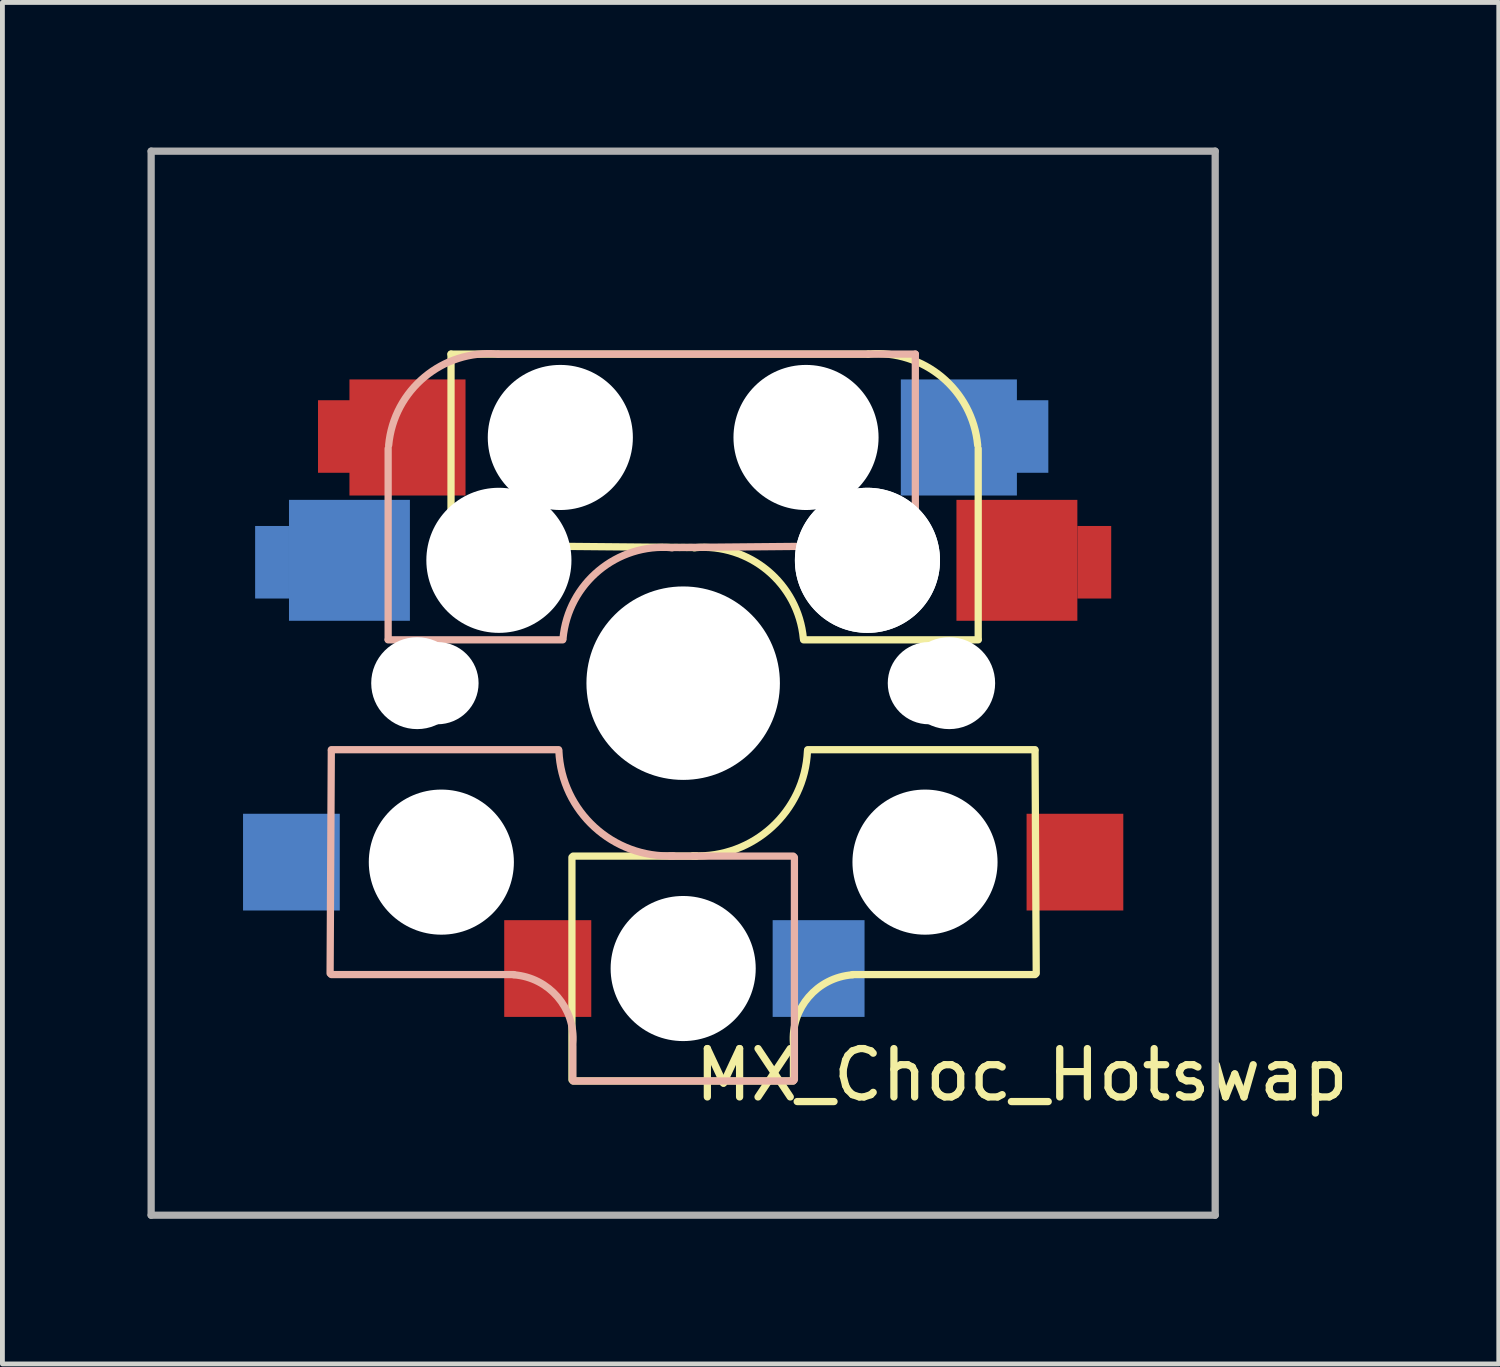
<source format=kicad_pcb>
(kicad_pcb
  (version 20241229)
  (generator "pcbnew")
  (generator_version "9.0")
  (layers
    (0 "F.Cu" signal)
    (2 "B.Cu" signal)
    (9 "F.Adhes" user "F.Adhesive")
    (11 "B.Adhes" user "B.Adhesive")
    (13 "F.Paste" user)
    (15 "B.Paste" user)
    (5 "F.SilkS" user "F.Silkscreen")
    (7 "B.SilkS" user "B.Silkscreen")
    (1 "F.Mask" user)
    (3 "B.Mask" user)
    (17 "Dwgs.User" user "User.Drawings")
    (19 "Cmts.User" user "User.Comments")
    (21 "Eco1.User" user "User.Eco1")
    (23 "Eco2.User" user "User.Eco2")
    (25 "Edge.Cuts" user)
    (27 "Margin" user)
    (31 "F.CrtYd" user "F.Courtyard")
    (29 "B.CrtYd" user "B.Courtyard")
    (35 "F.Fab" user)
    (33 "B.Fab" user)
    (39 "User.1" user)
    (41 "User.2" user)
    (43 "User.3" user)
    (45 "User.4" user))
  (footprint "MX_Choc_Hotswap"
    (layer "F.Cu")
    (at 11.075 11.075)
    (property "Reference" "MX_Choc_Hotswap" (at 7 8.1 0) (layer "F.SilkS") (effects (font (size 1 1) (thickness 0.15))))
    (attr through_hole)
    (fp_line (start -4.8 -6.804) (end 3.825 -6.804) (stroke (width 0.15) (type solid)) (layer "F.SilkS"))
    (fp_line (start -4.8 -2.896) (end -4.8 -6.804) (stroke (width 0.15) (type solid)) (layer "F.SilkS"))
    (fp_line (start -4.8 -2.85) (end 0.25 -2.804) (stroke (width 0.15) (type solid)) (layer "F.SilkS"))
    (fp_line (start -2.3 3.6) (end -2.3 8.2) (stroke (width 0.15) (type solid)) (layer "F.SilkS"))
    (fp_line (start -2.275 3.575) (end 0.275 3.575) (stroke (width 0.15) (type solid)) (layer "F.SilkS"))
    (fp_line (start -2.275 8.225) (end 2.275 8.225) (stroke (width 0.15) (type solid)) (layer "F.SilkS"))
    (fp_line (start 2.28 7.5) (end 2.28 8.2) (stroke (width 0.15) (type solid)) (layer "F.SilkS"))
    (fp_line (start 2.575 1.375) (end 7.275 1.375) (stroke (width 0.15) (type solid)) (layer "F.SilkS"))
    (fp_line (start 3.5 6.025) (end 7.275 6.025) (stroke (width 0.15) (type solid)) (layer "F.SilkS"))
    (fp_line (start 6.1 -4.85) (end 6.1 -0.905) (stroke (width 0.15) (type solid)) (layer "F.SilkS"))
    (fp_line (start 6.1 -0.896) (end 2.49 -0.896) (stroke (width 0.15) (type solid)) (layer "F.SilkS"))
    (fp_line (start 7.275 1.4) (end 7.3 6) (stroke (width 0.15) (type solid)) (layer "F.SilkS"))
    (fp_arc (start 0.225 -2.8) (mid 1.744361 -2.328062) (end 2.485001 -0.920001) (stroke (width 0.15) (type solid)) (layer "F.SilkS"))
    (fp_arc (start 2.279999 7.449999) (mid 2.595908 6.487329) (end 3.5 6.03) (stroke (width 0.15) (type solid)) (layer "F.SilkS"))
    (fp_arc (start 2.57 1.4) (mid 1.834422 2.975843) (end 0.2 3.57) (stroke (width 0.15) (type solid)) (layer "F.SilkS"))
    (fp_arc (start 3.825 -6.804) (mid 5.347189 -6.33089) (end 6.089 -4.92) (stroke (width 0.15) (type solid)) (layer "F.SilkS"))
    (fp_line (start -7.275 1.4) (end -7.3 6) (stroke (width 0.15) (type solid)) (layer "B.SilkS"))
    (fp_line (start -6.1 -4.85) (end -6.1 -0.905) (stroke (width 0.15) (type solid)) (layer "B.SilkS"))
    (fp_line (start -6.1 -0.896) (end -2.49 -0.896) (stroke (width 0.15) (type solid)) (layer "B.SilkS"))
    (fp_line (start -3.5 6.025) (end -7.275 6.025) (stroke (width 0.15) (type solid)) (layer "B.SilkS"))
    (fp_line (start -2.575 1.375) (end -7.275 1.375) (stroke (width 0.15) (type solid)) (layer "B.SilkS"))
    (fp_line (start -2.28 7.5) (end -2.28 8.2) (stroke (width 0.15) (type solid)) (layer "B.SilkS"))
    (fp_line (start 2.275 3.575) (end -0.275 3.575) (stroke (width 0.15) (type solid)) (layer "B.SilkS"))
    (fp_line (start 2.275 8.225) (end -2.275 8.225) (stroke (width 0.15) (type solid)) (layer "B.SilkS"))
    (fp_line (start 2.3 3.6) (end 2.3 8.2) (stroke (width 0.15) (type solid)) (layer "B.SilkS"))
    (fp_line (start 4.8 -6.804) (end -3.825 -6.804) (stroke (width 0.15) (type solid)) (layer "B.SilkS"))
    (fp_line (start 4.8 -2.896) (end 4.8 -6.804) (stroke (width 0.15) (type solid)) (layer "B.SilkS"))
    (fp_line (start 4.8 -2.85) (end -0.25 -2.804) (stroke (width 0.15) (type solid)) (layer "B.SilkS"))
    (fp_arc (start -6.089 -4.92) (mid -5.347189 -6.33089) (end -3.825 -6.804) (stroke (width 0.15) (type solid)) (layer "B.SilkS"))
    (fp_arc (start -3.5 6.03) (mid -2.595908 6.48733) (end -2.28 7.45) (stroke (width 0.15) (type solid)) (layer "B.SilkS"))
    (fp_arc (start -2.484999 -0.920001) (mid -1.74436 -2.328062) (end -0.225 -2.8) (stroke (width 0.15) (type solid)) (layer "B.SilkS"))
    (fp_arc (start -0.2 3.57) (mid -1.834422 2.975843) (end -2.57 1.4) (stroke (width 0.15) (type solid)) (layer "B.SilkS"))
    (fp_line (start -9 -9) (end 9 -9) (stroke (width 0.15) (type solid)) (layer "Eco2.User"))
    (fp_line (start -9 9) (end -9 -9) (stroke (width 0.15) (type solid)) (layer "Eco2.User"))
    (fp_line (start -7 -7) (end 7 -7) (stroke (width 0.15) (type solid)) (layer "Eco2.User"))
    (fp_line (start -7 7) (end -7 -7) (stroke (width 0.15) (type solid)) (layer "Eco2.User"))
    (fp_line (start 7 -7) (end 7 7) (stroke (width 0.15) (type solid)) (layer "Eco2.User"))
    (fp_line (start 7 7) (end -7 7) (stroke (width 0.15) (type solid)) (layer "Eco2.User"))
    (fp_line (start 9 -9) (end 9 9) (stroke (width 0.15) (type solid)) (layer "Eco2.User"))
    (fp_line (start 9 9) (end -9 9) (stroke (width 0.15) (type solid)) (layer "Eco2.User"))
    (fp_line (start -11 -11) (end -11 11) (stroke (width 0.15) (type solid)) (layer "F.Fab"))
    (fp_line (start -11 11) (end 11 11) (stroke (width 0.15) (type solid)) (layer "F.Fab"))
    (fp_line (start 11 -11) (end -11 -11) (stroke (width 0.15) (type solid)) (layer "F.Fab"))
    (fp_line (start 11 11) (end 11 -11) (stroke (width 0.15) (type solid)) (layer "F.Fab"))
    (pad "" np_thru_hole circle (at -5.5 0 90) (size 1.9 1.9) (drill 1.9) (layers "*.Cu" "*.Mask"))
    (pad "" np_thru_hole circle (at -5.08 0) (size 1.7 1.7) (drill 1.7) (layers "*.Cu" "*.Mask"))
    (pad "" np_thru_hole circle (at -5 3.7 90) (size 3 3) (drill 3) (layers "*.Cu" "*.Mask"))
    (pad "" np_thru_hole circle (at -3.81 -2.54 180) (size 3 3) (drill 3) (layers "*.Cu" "*.Mask"))
    (pad "" np_thru_hole circle (at -2.54 -5.08 180) (size 3 3) (drill 3) (layers "*.Cu" "*.Mask"))
    (pad "" np_thru_hole circle (at 0 0 90) (size 4 4) (drill 4) (layers "*.Cu" "*.Mask"))
    (pad "" np_thru_hole circle (at 0 5.9 90) (size 3 3) (drill 3) (layers "*.Cu" "*.Mask"))
    (pad "" np_thru_hole circle (at 2.54 -5.08 180) (size 3 3) (drill 3) (layers "*.Cu" "*.Mask"))
    (pad "" np_thru_hole circle (at 3.81 -2.54 180) (size 3 3) (drill 3) (layers "*.Cu" "*.Mask"))
    (pad "" np_thru_hole circle (at 3.81 -2.54 180) (size 3 3) (drill 3) (layers "*.Cu" "*.Mask"))
    (pad "" np_thru_hole circle (at 5 3.7 270) (size 3 3) (drill 3) (layers "*.Cu" "*.Mask"))
    (pad "" np_thru_hole circle (at 5.08 0) (size 1.7 1.7) (drill 1.7) (layers "*.Cu" "*.Mask"))
    (pad "" np_thru_hole circle (at 5.5 0 90) (size 1.9 1.9) (drill 1.9) (layers "*.Cu" "*.Mask"))
    (pad "1" smd rect (at -8.5 -2.5) (size 0.7 1.5) (layers "B.Cu" "B.Mask" "B.Paste"))
    (pad "1" smd rect (at -8.1 3.7 180) (size 2 2) (layers "B.Cu" "B.Mask" "B.Paste"))
    (pad "1" smd rect (at -7.2 -5.1) (size 0.7 1.5) (layers "F.Cu" "F.Mask" "F.Paste"))
    (pad "1" smd rect (at -6.9 -2.54 180) (size 2.5 2.5) (layers "B.Cu" "B.Mask" "B.Paste"))
    (pad "1" smd rect (at -5.7 -5.08 180) (size 2.4 2.4) (layers "F.Cu" "F.Mask" "F.Paste"))
    (pad "1" smd rect (at 8.1 3.7 180) (size 2 2) (layers "F.Cu" "F.Mask" "F.Paste"))
    (pad "2" smd rect (at -2.8 5.9 180) (size 1.8 2) (layers "F.Cu" "F.Mask" "F.Paste"))
    (pad "2" smd rect (at 2.8 5.9 180) (size 1.9 2) (layers "B.Cu" "B.Mask" "B.Paste"))
    (pad "2" smd rect (at 5.7 -5.08 180) (size 2.4 2.4) (layers "B.Cu" "B.Mask" "B.Paste"))
    (pad "2" smd rect (at 6.9 -2.54 180) (size 2.5 2.5) (layers "F.Cu" "F.Mask" "F.Paste"))
    (pad "2" smd rect (at 7.2 -5.1) (size 0.7 1.5) (layers "B.Cu" "B.Mask" "B.Paste"))
    (pad "2" smd rect (at 8.5 -2.5) (size 0.7 1.5) (layers "F.Cu" "F.Mask" "F.Paste")))
  (gr_rect
    (start -3 -3)
    (end 27.938 25.15)
    (stroke (width 0.1) (type default))
    (fill no)
    (layer "Edge.Cuts")))
</source>
